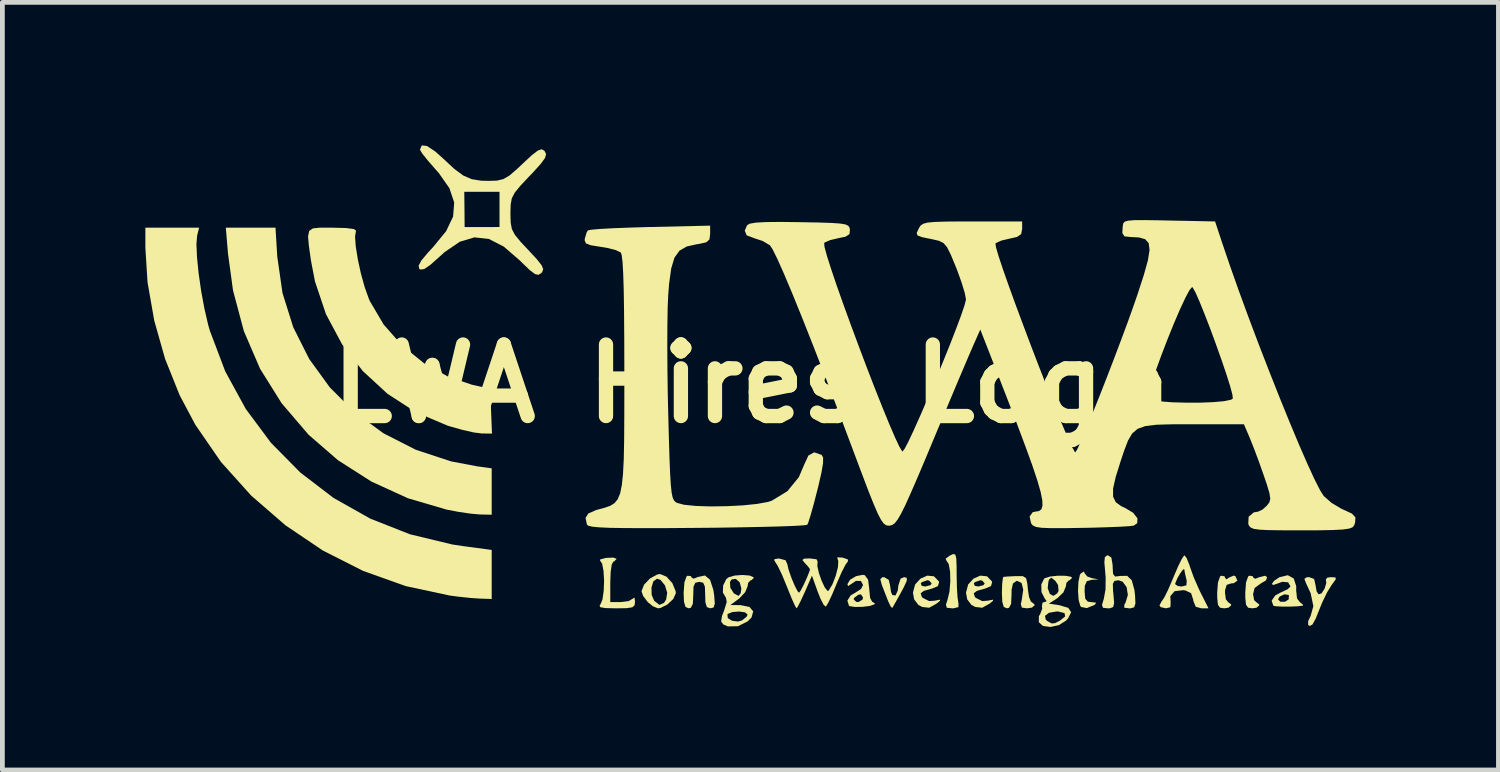
<source format=kicad_pcb>
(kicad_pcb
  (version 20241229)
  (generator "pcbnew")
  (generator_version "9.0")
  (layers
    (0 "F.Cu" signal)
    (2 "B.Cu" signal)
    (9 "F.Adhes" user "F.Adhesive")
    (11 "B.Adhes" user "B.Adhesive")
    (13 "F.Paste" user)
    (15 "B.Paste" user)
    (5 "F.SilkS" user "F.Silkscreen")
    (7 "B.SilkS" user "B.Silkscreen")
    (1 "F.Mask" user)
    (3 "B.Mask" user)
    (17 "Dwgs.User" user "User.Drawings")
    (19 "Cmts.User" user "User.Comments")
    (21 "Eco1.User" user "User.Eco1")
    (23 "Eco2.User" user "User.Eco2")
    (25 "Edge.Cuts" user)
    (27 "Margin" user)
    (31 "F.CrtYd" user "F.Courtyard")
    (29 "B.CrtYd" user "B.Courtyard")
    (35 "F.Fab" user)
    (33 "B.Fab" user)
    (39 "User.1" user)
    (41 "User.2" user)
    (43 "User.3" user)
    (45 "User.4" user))
  (footprint "LWA Hires Logo"
    (layer "F.Cu")
    (at 12.7 5)
    (property "Reference" "LWA Hires Logo" (at 0 0 0) (layer "F.SilkS") (effects (font (size 1.5 1.5) (thickness 0.3))))
    (attr board_only exclude_from_pos_files exclude_from_bom)
    (fp_poly (pts (xy 4.292 3.584) (xy 4.313 3.662) (xy 4.32 3.831) (xy 4.321 4.018) (xy 4.326 4.271) (xy 4.339 4.48) (xy 4.358 4.604) (xy 4.36 4.61) (xy 4.358 4.688) (xy 4.253 4.713) (xy 4.231 4.713) (xy 4.114 4.701) (xy 4.096 4.636) (xy 4.126 4.545) (xy 4.17 4.365) (xy 4.188 4.15) (xy 4.183 3.942) (xy 4.154 3.783) (xy 4.108 3.715) (xy 4.09 3.671) (xy 4.173 3.609) (xy 4.248 3.574)) (stroke (width 0) (type solid)) (fill yes) (layer "F.SilkS"))
    (fp_poly (pts (xy 3.275 4.074) (xy 3.274 4.137) (xy 3.211 4.273) (xy 3.159 4.37) (xy 3.061 4.547) (xy 2.991 4.671) (xy 2.969 4.706) (xy 2.935 4.672) (xy 2.882 4.559) (xy 2.805 4.361) (xy 2.751 4.222) (xy 2.719 4.103) (xy 2.761 4.061) (xy 2.8 4.059) (xy 2.896 4.115) (xy 2.923 4.227) (xy 2.944 4.368) (xy 2.972 4.434) (xy 3.038 4.443) (xy 3.085 4.341) (xy 3.1 4.227) (xy 3.145 4.09) (xy 3.219 4.059)) (stroke (width 0) (type solid)) (fill yes) (layer "F.SilkS"))
    (fp_poly (pts (xy 7.005 3.976) (xy 7.06 4.044) (xy 7.152 4.078) (xy 7.299 4.106) (xy 7.152 4.115) (xy 7.051 4.144) (xy 7.01 4.238) (xy 7.005 4.353) (xy 7.018 4.51) (xy 7.074 4.574) (xy 7.152 4.583) (xy 7.248 4.594) (xy 7.224 4.632) (xy 7.201 4.648) (xy 7.048 4.708) (xy 6.934 4.685) (xy 6.916 4.664) (xy 6.88 4.537) (xy 6.867 4.349) (xy 6.876 4.156) (xy 6.906 4.013) (xy 6.925 3.981) (xy 6.992 3.939)) (stroke (width 0) (type solid)) (fill yes) (layer "F.SilkS"))
    (fp_poly (pts (xy 10.834 4.059) (xy 10.812 4.126) (xy 10.707 4.188) (xy 10.572 4.286) (xy 10.54 4.417) (xy 10.562 4.541) (xy 10.605 4.582) (xy 10.669 4.632) (xy 10.671 4.648) (xy 10.615 4.699) (xy 10.523 4.713) (xy 10.436 4.7) (xy 10.392 4.638) (xy 10.377 4.494) (xy 10.376 4.387) (xy 10.392 4.169) (xy 10.437 4.045) (xy 10.458 4.029) (xy 10.532 4.038) (xy 10.54 4.063) (xy 10.585 4.094) (xy 10.667 4.061) (xy 10.794 4.029)) (stroke (width 0) (type solid)) (fill yes) (layer "F.SilkS"))
    (fp_poly (pts (xy 10.169 4.038) (xy 10.211 4.131) (xy 10.137 4.185) (xy 10.081 4.19) (xy 9.986 4.221) (xy 9.952 4.335) (xy 9.951 4.386) (xy 9.969 4.524) (xy 10.015 4.582) (xy 10.016 4.582) (xy 10.08 4.632) (xy 10.081 4.648) (xy 10.026 4.699) (xy 9.934 4.713) (xy 9.846 4.7) (xy 9.803 4.638) (xy 9.788 4.494) (xy 9.787 4.387) (xy 9.803 4.169) (xy 9.848 4.045) (xy 9.869 4.029) (xy 9.942 4.041) (xy 9.951 4.069) (xy 9.979 4.105) (xy 10.038 4.067) (xy 10.134 4.026)) (stroke (width 0) (type solid)) (fill yes) (layer "F.SilkS"))
    (fp_poly (pts (xy -9.933 -2.668) (xy -9.823 -1.902) (xy -9.597 -1.183) (xy -9.263 -0.519) (xy -8.83 0.078) (xy -8.308 0.601) (xy -7.704 1.041) (xy -7.027 1.386) (xy -6.287 1.63) (xy -5.744 1.733) (xy -5.434 1.776) (xy -5.434 2.263) (xy -5.434 2.749) (xy -5.679 2.744) (xy -5.871 2.727) (xy -6.132 2.689) (xy -6.382 2.641) (xy -7.188 2.405) (xy -7.955 2.055) (xy -8.66 1.605) (xy -9.273 1.074) (xy -9.84 0.412) (xy -10.293 -0.312) (xy -10.633 -1.101) (xy -10.861 -1.956) (xy -10.967 -2.733) (xy -11.012 -3.273) (xy -10.491 -3.273) (xy -9.97 -3.273)) (stroke (width 0) (type solid)) (fill yes) (layer "F.SilkS"))
    (fp_poly (pts (xy -0.854 4.112) (xy -0.784 4.323) (xy -0.767 4.435) (xy -0.753 4.612) (xy -0.777 4.694) (xy -0.847 4.713) (xy -0.92 4.687) (xy -0.951 4.587) (xy -0.955 4.435) (xy -0.961 4.258) (xy -0.997 4.176) (xy -1.08 4.157) (xy -1.163 4.177) (xy -1.2 4.258) (xy -1.205 4.435) (xy -1.214 4.619) (xy -1.256 4.701) (xy -1.304 4.713) (xy -1.368 4.683) (xy -1.4 4.575) (xy -1.407 4.387) (xy -1.391 4.169) (xy -1.347 4.045) (xy -1.326 4.029) (xy -1.252 4.038) (xy -1.244 4.063) (xy -1.197 4.091) (xy -1.105 4.055) (xy -0.96 4.024)) (stroke (width 0) (type solid)) (fill yes) (layer "F.SilkS"))
    (fp_poly (pts (xy 12.27 4.065) (xy 12.274 4.105) (xy 12.195 4.214) (xy 12.192 4.218) (xy 12.094 4.375) (xy 11.99 4.591) (xy 11.949 4.692) (xy 11.855 4.927) (xy 11.786 5.052) (xy 11.73 5.083) (xy 11.697 5.063) (xy 11.695 4.982) (xy 11.748 4.872) (xy 11.805 4.667) (xy 11.748 4.396) (xy 11.657 4.199) (xy 11.616 4.095) (xy 11.666 4.061) (xy 11.716 4.059) (xy 11.821 4.097) (xy 11.849 4.219) (xy 11.873 4.357) (xy 11.915 4.419) (xy 11.978 4.398) (xy 12.04 4.301) (xy 12.076 4.183) (xy 12.067 4.108) (xy 12.097 4.069) (xy 12.177 4.059)) (stroke (width 0) (type solid)) (fill yes) (layer "F.SilkS"))
    (fp_poly (pts (xy -1.766 4.049) (xy -1.644 4.185) (xy -1.575 4.351) (xy -1.571 4.397) (xy -1.625 4.517) (xy -1.751 4.635) (xy -1.898 4.707) (xy -1.946 4.713) (xy -2.05 4.671) (xy -2.16 4.582) (xy -2.257 4.453) (xy -2.291 4.353) (xy -2.261 4.277) (xy -2.082 4.277) (xy -2.078 4.431) (xy -2.026 4.554) (xy -1.915 4.641) (xy -1.82 4.599) (xy -1.774 4.529) (xy -1.752 4.386) (xy -1.799 4.231) (xy -1.892 4.117) (xy -1.966 4.091) (xy -2.042 4.147) (xy -2.082 4.277) (xy -2.261 4.277) (xy -2.238 4.217) (xy -2.11 4.084) (xy -1.958 4.002) (xy -1.902 3.993)) (stroke (width 0) (type solid)) (fill yes) (layer "F.SilkS"))
    (fp_poly (pts (xy -2.816 3.673) (xy -2.815 3.677) (xy -2.865 3.73) (xy -2.88 3.731) (xy -2.915 3.792) (xy -2.938 3.951) (xy -2.946 4.157) (xy -2.946 4.582) (xy -2.722 4.582) (xy -2.562 4.561) (xy -2.469 4.508) (xy -2.466 4.501) (xy -2.439 4.489) (xy -2.427 4.566) (xy -2.435 4.647) (xy -2.483 4.691) (xy -2.603 4.71) (xy -2.823 4.713) (xy -2.828 4.713) (xy -3.049 4.708) (xy -3.157 4.689) (xy -3.17 4.652) (xy -3.155 4.635) (xy -3.11 4.528) (xy -3.084 4.346) (xy -3.076 4.132) (xy -3.088 3.927) (xy -3.118 3.773) (xy -3.159 3.715) (xy -3.16 3.688) (xy -3.057 3.66) (xy -3.028 3.655) (xy -2.884 3.648)) (stroke (width 0) (type solid)) (fill yes) (layer "F.SilkS"))
    (fp_poly (pts (xy 3.845 4.041) (xy 3.946 4.145) (xy 3.953 4.161) (xy 3.928 4.247) (xy 3.811 4.296) (xy 3.633 4.347) (xy 3.566 4.398) (xy 3.589 4.469) (xy 3.609 4.494) (xy 3.745 4.561) (xy 3.858 4.553) (xy 3.972 4.531) (xy 3.97 4.556) (xy 3.899 4.614) (xy 3.744 4.701) (xy 3.599 4.684) (xy 3.519 4.643) (xy 3.429 4.524) (xy 3.404 4.384) (xy 3.449 4.213) (xy 3.47 4.19) (xy 3.568 4.19) (xy 3.588 4.241) (xy 3.662 4.255) (xy 3.771 4.228) (xy 3.797 4.19) (xy 3.744 4.131) (xy 3.703 4.124) (xy 3.591 4.164) (xy 3.568 4.19) (xy 3.47 4.19) (xy 3.561 4.09) (xy 3.705 4.027)) (stroke (width 0) (type solid)) (fill yes) (layer "F.SilkS"))
    (fp_poly (pts (xy 4.958 4.041) (xy 5.059 4.145) (xy 5.066 4.161) (xy 5.041 4.247) (xy 4.924 4.296) (xy 4.746 4.347) (xy 4.679 4.398) (xy 4.702 4.469) (xy 4.722 4.494) (xy 4.858 4.561) (xy 4.97 4.553) (xy 5.085 4.531) (xy 5.083 4.556) (xy 5.012 4.614) (xy 4.857 4.701) (xy 4.712 4.684) (xy 4.632 4.643) (xy 4.542 4.524) (xy 4.517 4.384) (xy 4.562 4.213) (xy 4.583 4.19) (xy 4.681 4.19) (xy 4.701 4.241) (xy 4.775 4.255) (xy 4.883 4.228) (xy 4.91 4.19) (xy 4.857 4.131) (xy 4.815 4.124) (xy 4.704 4.164) (xy 4.681 4.19) (xy 4.583 4.19) (xy 4.674 4.09) (xy 4.817 4.027)) (stroke (width 0) (type solid)) (fill yes) (layer "F.SilkS"))
    (fp_poly (pts (xy 5.709 4.037) (xy 5.778 4.081) (xy 5.805 4.202) (xy 5.814 4.304) (xy 5.839 4.474) (xy 5.879 4.573) (xy 5.896 4.582) (xy 5.955 4.632) (xy 5.957 4.648) (xy 5.901 4.698) (xy 5.798 4.713) (xy 5.689 4.698) (xy 5.667 4.626) (xy 5.687 4.533) (xy 5.718 4.321) (xy 5.683 4.182) (xy 5.591 4.137) (xy 5.575 4.139) (xy 5.502 4.191) (xy 5.473 4.326) (xy 5.472 4.437) (xy 5.463 4.62) (xy 5.42 4.702) (xy 5.374 4.713) (xy 5.309 4.683) (xy 5.278 4.575) (xy 5.27 4.386) (xy 5.276 4.198) (xy 5.291 4.077) (xy 5.303 4.053) (xy 5.384 4.046) (xy 5.54 4.038) (xy 5.564 4.037)) (stroke (width 0) (type solid)) (fill yes) (layer "F.SilkS"))
    (fp_poly (pts (xy 11.393 4.087) (xy 11.446 4.251) (xy 11.444 4.334) (xy 11.462 4.505) (xy 11.522 4.584) (xy 11.589 4.64) (xy 11.587 4.656) (xy 11.481 4.67) (xy 11.313 4.677) (xy 11.137 4.676) (xy 11.004 4.668) (xy 10.964 4.657) (xy 10.93 4.552) (xy 10.949 4.524) (xy 11.063 4.524) (xy 11.112 4.575) (xy 11.211 4.575) (xy 11.287 4.526) (xy 11.292 4.442) (xy 11.284 4.432) (xy 11.197 4.419) (xy 11.098 4.466) (xy 11.063 4.524) (xy 10.949 4.524) (xy 11.004 4.444) (xy 11.129 4.376) (xy 11.265 4.313) (xy 11.325 4.255) (xy 11.325 4.253) (xy 11.275 4.167) (xy 11.154 4.156) (xy 11.065 4.189) (xy 10.964 4.223) (xy 10.932 4.203) (xy 10.984 4.134) (xy 11.094 4.06) (xy 11.268 4.018)) (stroke (width 0) (type solid)) (fill yes) (layer "F.SilkS"))
    (fp_poly (pts (xy -8.801 -3.273) (xy -8.768 -3.273) (xy -8.494 -3.266) (xy -8.327 -3.245) (xy -8.279 -3.211) (xy -8.281 -3.208) (xy -8.301 -3.088) (xy -8.286 -2.877) (xy -8.242 -2.607) (xy -8.178 -2.311) (xy -8.098 -2.023) (xy -8.009 -1.775) (xy -7.99 -1.732) (xy -7.702 -1.243) (xy -7.314 -0.801) (xy -6.851 -0.427) (xy -6.339 -0.143) (xy -5.85 0.021) (xy -5.466 0.108) (xy -5.447 0.578) (xy -5.428 1.047) (xy -5.643 1.044) (xy -5.81 1.023) (xy -6.052 0.968) (xy -6.321 0.892) (xy -6.358 0.881) (xy -7.021 0.6) (xy -7.618 0.214) (xy -8.139 -0.266) (xy -8.574 -0.828) (xy -8.911 -1.458) (xy -9.142 -2.146) (xy -9.225 -2.578) (xy -9.269 -2.887) (xy -9.287 -3.088) (xy -9.264 -3.204) (xy -9.186 -3.258) (xy -9.036 -3.274)) (stroke (width 0) (type solid)) (fill yes) (layer "F.SilkS"))
    (fp_poly (pts (xy 2.395 4.019) (xy 2.463 4.112) (xy 2.488 4.311) (xy 2.488 4.319) (xy 2.505 4.495) (xy 2.551 4.579) (xy 2.564 4.582) (xy 2.606 4.611) (xy 2.593 4.63) (xy 2.501 4.663) (xy 2.343 4.682) (xy 2.18 4.684) (xy 2.072 4.666) (xy 2.062 4.659) (xy 2.028 4.551) (xy 2.045 4.524) (xy 2.16 4.524) (xy 2.213 4.576) (xy 2.259 4.582) (xy 2.345 4.531) (xy 2.357 4.486) (xy 2.313 4.42) (xy 2.259 4.428) (xy 2.172 4.492) (xy 2.16 4.524) (xy 2.045 4.524) (xy 2.098 4.441) (xy 2.193 4.386) (xy 2.315 4.306) (xy 2.357 4.224) (xy 2.312 4.139) (xy 2.208 4.137) (xy 2.108 4.203) (xy 2.043 4.247) (xy 2.029 4.205) (xy 2.085 4.113) (xy 2.211 4.038) (xy 2.35 4.01)) (stroke (width 0) (type solid)) (fill yes) (layer "F.SilkS"))
    (fp_poly (pts (xy -11.613 -3.112) (xy -11.629 -2.932) (xy -11.617 -2.656) (xy -11.583 -2.318) (xy -11.53 -1.947) (xy -11.462 -1.578) (xy -11.384 -1.241) (xy -11.348 -1.114) (xy -11.024 -0.258) (xy -10.594 0.529) (xy -10.066 1.239) (xy -9.449 1.864) (xy -8.752 2.397) (xy -7.982 2.831) (xy -7.15 3.159) (xy -6.262 3.373) (xy -6.039 3.407) (xy -5.434 3.488) (xy -5.434 4.003) (xy -5.434 4.517) (xy -5.679 4.509) (xy -5.884 4.495) (xy -6.147 4.467) (xy -6.317 4.444) (xy -7.241 4.246) (xy -8.132 3.928) (xy -8.977 3.5) (xy -9.764 2.969) (xy -10.481 2.347) (xy -11.114 1.642) (xy -11.651 0.863) (xy -11.98 0.244) (xy -12.286 -0.519) (xy -12.514 -1.324) (xy -12.655 -2.13) (xy -12.7 -2.852) (xy -12.7 -3.273) (xy -12.136 -3.273) (xy -11.573 -3.273)) (stroke (width 0) (type solid)) (fill yes) (layer "F.SilkS"))
    (fp_poly (pts (xy 7.567 3.648) (xy 7.593 3.801) (xy 7.594 3.837) (xy 7.602 3.991) (xy 7.645 4.046) (xy 7.746 4.035) (xy 7.75 4.034) (xy 7.898 4.031) (xy 7.994 4.123) (xy 8.05 4.324) (xy 8.063 4.435) (xy 8.072 4.61) (xy 8.046 4.691) (xy 7.969 4.713) (xy 7.939 4.713) (xy 7.835 4.699) (xy 7.841 4.633) (xy 7.865 4.592) (xy 7.913 4.431) (xy 7.887 4.268) (xy 7.802 4.153) (xy 7.715 4.124) (xy 7.631 4.138) (xy 7.598 4.2) (xy 7.602 4.346) (xy 7.61 4.419) (xy 7.625 4.6) (xy 7.605 4.686) (xy 7.538 4.712) (xy 7.491 4.713) (xy 7.391 4.702) (xy 7.37 4.643) (xy 7.409 4.511) (xy 7.444 4.317) (xy 7.447 4.064) (xy 7.438 3.955) (xy 7.42 3.747) (xy 7.431 3.638) (xy 7.477 3.602) (xy 7.495 3.601)) (stroke (width 0) (type solid)) (fill yes) (layer "F.SilkS"))
    (fp_poly (pts (xy 9.145 3.657) (xy 9.202 3.797) (xy 9.218 3.848) (xy 9.294 4.059) (xy 9.401 4.305) (xy 9.449 4.404) (xy 9.605 4.713) (xy 9.455 4.713) (xy 9.337 4.68) (xy 9.287 4.558) (xy 9.284 4.533) (xy 9.24 4.396) (xy 9.122 4.339) (xy 9.074 4.332) (xy 8.894 4.353) (xy 8.804 4.457) (xy 8.811 4.599) (xy 8.805 4.69) (xy 8.711 4.713) (xy 8.602 4.688) (xy 8.576 4.652) (xy 8.623 4.562) (xy 8.629 4.557) (xy 8.678 4.484) (xy 8.758 4.322) (xy 8.808 4.206) (xy 8.905 4.206) (xy 8.959 4.245) (xy 9.042 4.255) (xy 9.141 4.231) (xy 9.148 4.135) (xy 9.141 4.108) (xy 9.108 3.964) (xy 9.098 3.895) (xy 9.071 3.898) (xy 9.013 3.976) (xy 8.95 4.085) (xy 8.91 4.183) (xy 8.905 4.206) (xy 8.808 4.206) (xy 8.853 4.102) (xy 8.869 4.062) (xy 8.963 3.842) (xy 9.043 3.679) (xy 9.094 3.603) (xy 9.1 3.601)) (stroke (width 0) (type solid)) (fill yes) (layer "F.SilkS"))
    (fp_poly (pts (xy -0.023 4.025) (xy 0.06 4.061) (xy 0.065 4.075) (xy 0.015 4.123) (xy 0 4.124) (xy -0.054 4.179) (xy -0.065 4.25) (xy -0.115 4.373) (xy -0.235 4.501) (xy -0.245 4.509) (xy -0.426 4.644) (xy -0.211 4.646) (xy -0.026 4.684) (xy 0.053 4.777) (xy 0.017 4.905) (xy -0.062 4.985) (xy -0.268 5.089) (xy -0.479 5.092) (xy -0.574 5.051) (xy -0.62 4.99) (xy -0.603 4.877) (xy -0.589 4.84) (xy -0.488 4.84) (xy -0.481 4.918) (xy -0.391 4.974) (xy -0.265 4.99) (xy -0.182 4.967) (xy -0.086 4.889) (xy -0.065 4.842) (xy -0.12 4.797) (xy -0.245 4.78) (xy -0.384 4.791) (xy -0.48 4.83) (xy -0.488 4.84) (xy -0.589 4.84) (xy -0.559 4.761) (xy -0.503 4.581) (xy -0.52 4.487) (xy -0.524 4.484) (xy -0.584 4.381) (xy -0.578 4.233) (xy -0.541 4.159) (xy -0.435 4.159) (xy -0.428 4.281) (xy -0.353 4.4) (xy -0.254 4.452) (xy -0.21 4.396) (xy -0.196 4.295) (xy -0.232 4.166) (xy -0.313 4.095) (xy -0.399 4.106) (xy -0.435 4.159) (xy -0.541 4.159) (xy -0.513 4.101) (xy -0.466 4.063) (xy -0.336 4.025) (xy -0.172 4.013)) (stroke (width 0) (type solid)) (fill yes) (layer "F.SilkS"))
    (fp_poly (pts (xy 6.604 4.03) (xy 6.718 4.05) (xy 6.743 4.073) (xy 6.693 4.123) (xy 6.677 4.124) (xy 6.624 4.179) (xy 6.612 4.254) (xy 6.561 4.378) (xy 6.437 4.497) (xy 6.434 4.499) (xy 6.256 4.615) (xy 6.478 4.648) (xy 6.663 4.703) (xy 6.723 4.795) (xy 6.657 4.926) (xy 6.616 4.971) (xy 6.464 5.066) (xy 6.287 5.104) (xy 6.13 5.082) (xy 6.045 5.004) (xy 6.046 4.877) (xy 6.05 4.871) (xy 6.174 4.871) (xy 6.191 4.952) (xy 6.227 4.982) (xy 6.314 5.03) (xy 6.385 5.024) (xy 6.485 4.973) (xy 6.597 4.883) (xy 6.584 4.813) (xy 6.452 4.78) (xy 6.419 4.779) (xy 6.258 4.806) (xy 6.174 4.871) (xy 6.05 4.871) (xy 6.074 4.832) (xy 6.117 4.717) (xy 6.109 4.673) (xy 6.122 4.594) (xy 6.16 4.582) (xy 6.211 4.564) (xy 6.167 4.504) (xy 6.1 4.371) (xy 6.099 4.291) (xy 6.231 4.291) (xy 6.276 4.411) (xy 6.35 4.452) (xy 6.431 4.399) (xy 6.459 4.348) (xy 6.449 4.225) (xy 6.394 4.14) (xy 6.31 4.071) (xy 6.265 4.102) (xy 6.247 4.145) (xy 6.231 4.291) (xy 6.099 4.291) (xy 6.097 4.211) (xy 6.156 4.091) (xy 6.17 4.081) (xy 6.281 4.046) (xy 6.442 4.029)) (stroke (width 0) (type solid)) (fill yes) (layer "F.SilkS"))
    (fp_poly (pts (xy 1.929 3.649) (xy 1.932 3.65) (xy 2.037 3.686) (xy 2.042 3.724) (xy 1.987 3.801) (xy 1.903 3.966) (xy 1.808 4.185) (xy 1.799 4.207) (xy 1.707 4.427) (xy 1.628 4.594) (xy 1.578 4.676) (xy 1.576 4.678) (xy 1.53 4.638) (xy 1.462 4.506) (xy 1.407 4.367) (xy 1.285 4.028) (xy 1.135 4.371) (xy 1.05 4.556) (xy 0.986 4.68) (xy 0.961 4.713) (xy 0.928 4.657) (xy 0.861 4.508) (xy 0.774 4.295) (xy 0.752 4.239) (xy 0.656 4.007) (xy 0.567 3.823) (xy 0.504 3.723) (xy 0.497 3.716) (xy 0.497 3.681) (xy 0.592 3.667) (xy 0.731 3.704) (xy 0.767 3.781) (xy 0.795 3.903) (xy 0.853 4.07) (xy 0.922 4.235) (xy 0.984 4.354) (xy 1.015 4.386) (xy 1.052 4.334) (xy 1.117 4.208) (xy 1.184 4.059) (xy 1.233 3.936) (xy 1.244 3.892) (xy 1.204 3.836) (xy 1.141 3.769) (xy 1.084 3.698) (xy 1.122 3.67) (xy 1.243 3.666) (xy 1.382 3.684) (xy 1.405 3.735) (xy 1.404 3.736) (xy 1.398 3.827) (xy 1.431 3.973) (xy 1.488 4.134) (xy 1.552 4.272) (xy 1.61 4.345) (xy 1.634 4.343) (xy 1.714 4.211) (xy 1.784 4.031) (xy 1.83 3.851) (xy 1.838 3.717) (xy 1.824 3.683) (xy 1.817 3.642)) (stroke (width 0) (type solid)) (fill yes) (layer "F.SilkS"))
    (fp_poly (pts (xy -6.793 -4.987) (xy -6.622 -4.875) (xy -6.458 -4.729) (xy -6.219 -4.507) (xy -6.03 -4.367) (xy -5.854 -4.291) (xy -5.656 -4.259) (xy -5.498 -4.255) (xy -5.323 -4.261) (xy -5.191 -4.292) (xy -5.063 -4.366) (xy -4.903 -4.503) (xy -4.783 -4.617) (xy -4.591 -4.795) (xy -4.466 -4.891) (xy -4.388 -4.919) (xy -4.333 -4.89) (xy -4.321 -4.877) (xy -4.293 -4.815) (xy -4.316 -4.734) (xy -4.405 -4.612) (xy -4.571 -4.428) (xy -4.639 -4.358) (xy -4.831 -4.154) (xy -4.949 -4.01) (xy -5.012 -3.889) (xy -5.036 -3.758) (xy -5.041 -3.581) (xy -5.041 -3.569) (xy -5.036 -3.381) (xy -5.011 -3.245) (xy -4.946 -3.121) (xy -4.824 -2.973) (xy -4.669 -2.808) (xy -4.487 -2.612) (xy -4.386 -2.484) (xy -4.353 -2.401) (xy -4.376 -2.341) (xy -4.393 -2.322) (xy -4.452 -2.284) (xy -4.524 -2.299) (xy -4.633 -2.381) (xy -4.802 -2.543) (xy -4.847 -2.588) (xy -5.179 -2.875) (xy -5.492 -3.036) (xy -5.796 -3.07) (xy -6.102 -2.979) (xy -6.42 -2.762) (xy -6.524 -2.668) (xy -6.722 -2.492) (xy -6.852 -2.404) (xy -6.933 -2.395) (xy -6.953 -2.409) (xy -6.968 -2.474) (xy -6.91 -2.584) (xy -6.768 -2.754) (xy -6.661 -2.869) (xy -6.39 -3.2) (xy -6.244 -3.506) (xy -6.221 -3.802) (xy -6.296 -4.026) (xy -6.009 -4.026) (xy -6.005 -3.656) (xy -6.002 -3.286) (xy -5.636 -3.286) (xy -5.27 -3.287) (xy -5.27 -3.656) (xy -5.27 -4.026) (xy -5.639 -4.026) (xy -6.009 -4.026) (xy -6.296 -4.026) (xy -6.321 -4.101) (xy -6.544 -4.42) (xy -6.612 -4.496) (xy -6.77 -4.677) (xy -6.887 -4.823) (xy -6.938 -4.906) (xy -6.939 -4.911) (xy -6.901 -5)) (stroke (width 0) (type solid)) (fill yes) (layer "F.SilkS"))
    (fp_poly (pts (xy -0.851 -3.139) (xy -0.866 -3.026) (xy -0.933 -2.966) (xy -1.089 -2.931) (xy -1.129 -2.926) (xy -1.34 -2.879) (xy -1.493 -2.792) (xy -1.599 -2.645) (xy -1.668 -2.417) (xy -1.713 -2.09) (xy -1.73 -1.863) (xy -1.742 -1.602) (xy -1.748 -1.237) (xy -1.75 -0.794) (xy -1.747 -0.301) (xy -1.74 0.216) (xy -1.73 0.635) (xy -1.716 1.166) (xy -1.703 1.582) (xy -1.69 1.897) (xy -1.676 2.125) (xy -1.659 2.284) (xy -1.638 2.386) (xy -1.611 2.447) (xy -1.576 2.483) (xy -1.548 2.5) (xy -1.398 2.54) (xy -1.152 2.565) (xy -0.842 2.575) (xy -0.502 2.57) (xy -0.165 2.553) (xy 0.136 2.522) (xy 0.366 2.48) (xy 0.442 2.455) (xy 0.77 2.255) (xy 1.01 1.961) (xy 1.122 1.699) (xy 1.211 1.507) (xy 1.332 1.44) (xy 1.488 1.494) (xy 1.519 1.548) (xy 1.518 1.666) (xy 1.484 1.867) (xy 1.414 2.171) (xy 1.399 2.229) (xy 1.326 2.513) (xy 1.26 2.749) (xy 1.21 2.907) (xy 1.187 2.96) (xy 1.113 2.971) (xy 0.925 2.983) (xy 0.635 2.994) (xy 0.261 3.004) (xy -0.184 3.013) (xy -0.683 3.021) (xy -1.129 3.025) (xy -1.754 3.03) (xy -2.26 3.031) (xy -2.657 3.029) (xy -2.959 3.024) (xy -3.176 3.014) (xy -3.32 3) (xy -3.403 2.982) (xy -3.436 2.958) (xy -3.436 2.957) (xy -3.465 2.816) (xy -3.407 2.723) (xy -3.242 2.651) (xy -3.177 2.633) (xy -3.048 2.598) (xy -2.943 2.56) (xy -2.857 2.506) (xy -2.791 2.425) (xy -2.74 2.304) (xy -2.704 2.13) (xy -2.679 1.893) (xy -2.663 1.578) (xy -2.655 1.174) (xy -2.652 0.669) (xy -2.651 0.051) (xy -2.651 -0.239) (xy -2.653 -0.937) (xy -2.657 -1.51) (xy -2.664 -1.965) (xy -2.675 -2.311) (xy -2.689 -2.553) (xy -2.707 -2.699) (xy -2.726 -2.753) (xy -2.831 -2.803) (xy -3.016 -2.85) (xy -3.152 -2.872) (xy -3.355 -2.904) (xy -3.457 -2.944) (xy -3.484 -3.008) (xy -3.48 -3.045) (xy -3.442 -3.173) (xy -3.415 -3.217) (xy -3.339 -3.231) (xy -3.153 -3.247) (xy -2.877 -3.262) (xy -2.534 -3.275) (xy -2.143 -3.287) (xy -2.111 -3.287) (xy -0.851 -3.316)) (stroke (width 0) (type solid)) (fill yes) (layer "F.SilkS"))
    (fp_poly (pts (xy 8.56 -3.428) (xy 8.969 -3.419) (xy 9.061 -3.418) (xy 9.743 -3.404) (xy 9.889 -2.962) (xy 10.054 -2.478) (xy 10.241 -1.949) (xy 10.445 -1.393) (xy 10.66 -0.823) (xy 10.88 -0.256) (xy 11.098 0.294) (xy 11.308 0.81) (xy 11.504 1.279) (xy 11.681 1.684) (xy 11.831 2.01) (xy 11.949 2.241) (xy 12.023 2.357) (xy 12.187 2.501) (xy 12.396 2.625) (xy 12.438 2.644) (xy 12.615 2.726) (xy 12.688 2.806) (xy 12.68 2.916) (xy 12.66 2.973) (xy 12.629 3.012) (xy 12.557 3.04) (xy 12.426 3.059) (xy 12.218 3.07) (xy 11.913 3.076) (xy 11.552 3.077) (xy 11.155 3.076) (xy 10.87 3.072) (xy 10.677 3.063) (xy 10.556 3.046) (xy 10.489 3.018) (xy 10.454 2.978) (xy 10.439 2.938) (xy 10.447 2.791) (xy 10.557 2.699) (xy 10.644 2.685) (xy 10.739 2.64) (xy 10.828 2.56) (xy 10.881 2.491) (xy 10.901 2.414) (xy 10.884 2.299) (xy 10.829 2.113) (xy 10.763 1.921) (xy 10.663 1.637) (xy 10.56 1.362) (xy 10.476 1.15) (xy 10.467 1.129) (xy 10.348 0.851) (xy 9.265 0.851) (xy 8.834 0.852) (xy 8.512 0.861) (xy 8.281 0.889) (xy 8.118 0.947) (xy 8.003 1.045) (xy 7.916 1.194) (xy 7.836 1.403) (xy 7.766 1.612) (xy 7.658 1.956) (xy 7.603 2.201) (xy 7.603 2.37) (xy 7.659 2.486) (xy 7.774 2.57) (xy 7.855 2.607) (xy 8.025 2.709) (xy 8.114 2.824) (xy 8.11 2.926) (xy 8.036 2.978) (xy 7.944 2.989) (xy 7.747 3.001) (xy 7.469 3.012) (xy 7.134 3.022) (xy 6.949 3.025) (xy 6.563 3.031) (xy 6.287 3.031) (xy 6.101 3.023) (xy 5.986 3.005) (xy 5.92 2.975) (xy 5.884 2.931) (xy 5.882 2.928) (xy 5.852 2.786) (xy 5.916 2.697) (xy 5.977 2.683) (xy 6.049 2.672) (xy 6.098 2.635) (xy 6.122 2.561) (xy 6.117 2.442) (xy 6.082 2.268) (xy 6.013 2.028) (xy 5.908 1.713) (xy 5.763 1.314) (xy 5.578 0.82) (xy 5.347 0.223) (xy 5.135 -0.322) (xy 4.817 -1.136) (xy 4.66 -0.781) (xy 4.588 -0.615) (xy 4.476 -0.352) (xy 4.333 -0.015) (xy 4.17 0.373) (xy 3.996 0.789) (xy 3.928 0.949) (xy 3.699 1.498) (xy 3.513 1.938) (xy 3.364 2.281) (xy 3.248 2.54) (xy 3.156 2.725) (xy 3.084 2.849) (xy 3.025 2.925) (xy 2.973 2.963) (xy 2.922 2.977) (xy 2.89 2.979) (xy 2.84 2.97) (xy 2.79 2.933) (xy 2.734 2.856) (xy 2.665 2.723) (xy 2.578 2.521) (xy 2.464 2.235) (xy 2.319 1.853) (xy 2.164 1.44) (xy 1.862 0.636) (xy 1.58 -0.105) (xy 1.319 -0.777) (xy 1.084 -1.371) (xy 0.878 -1.879) (xy 0.703 -2.295) (xy 0.563 -2.61) (xy 0.461 -2.816) (xy 0.404 -2.903) (xy 0.254 -2.993) (xy 0.078 -3.051) (xy -0.084 -3.112) (xy -0.125 -3.21) (xy -0.076 -3.324) (xy -0.021 -3.357) (xy 0.106 -3.379) (xy 0.318 -3.391) (xy 0.633 -3.394) (xy 1.02 -3.389) (xy 1.41 -3.382) (xy 1.689 -3.373) (xy 1.876 -3.36) (xy 1.99 -3.341) (xy 2.05 -3.311) (xy 2.075 -3.269) (xy 2.082 -3.233) (xy 2.073 -3.139) (xy 1.992 -3.085) (xy 1.84 -3.053) (xy 1.666 -3.012) (xy 1.554 -2.963) (xy 1.541 -2.95) (xy 1.549 -2.867) (xy 1.6 -2.68) (xy 1.687 -2.407) (xy 1.803 -2.063) (xy 1.943 -1.668) (xy 2.1 -1.236) (xy 2.267 -0.787) (xy 2.437 -0.337) (xy 2.605 0.097) (xy 2.764 0.497) (xy 2.907 0.846) (xy 3.028 1.127) (xy 3.12 1.323) (xy 3.177 1.417) (xy 3.185 1.422) (xy 3.227 1.37) (xy 3.308 1.216) (xy 3.42 0.978) (xy 3.555 0.676) (xy 3.706 0.328) (xy 3.864 -0.045) (xy 4.021 -0.426) (xy 4.17 -0.794) (xy 4.301 -1.13) (xy 4.408 -1.416) (xy 4.482 -1.631) (xy 4.515 -1.757) (xy 4.516 -1.77) (xy 4.491 -1.904) (xy 4.426 -2.118) (xy 4.335 -2.373) (xy 4.303 -2.453) (xy 4.199 -2.705) (xy 4.12 -2.863) (xy 4.045 -2.951) (xy 3.949 -2.998) (xy 3.81 -3.03) (xy 3.797 -3.033) (xy 3.596 -3.074) (xy 3.499 -3.111) (xy 3.483 -3.163) (xy 3.525 -3.254) (xy 3.532 -3.268) (xy 3.566 -3.319) (xy 3.619 -3.355) (xy 3.71 -3.38) (xy 3.861 -3.394) (xy 4.09 -3.401) (xy 4.42 -3.404) (xy 4.65 -3.404) (xy 5.695 -3.404) (xy 5.695 -3.246) (xy 5.675 -3.139) (xy 5.589 -3.079) (xy 5.434 -3.044) (xy 5.26 -3.003) (xy 5.149 -2.953) (xy 5.135 -2.94) (xy 5.146 -2.862) (xy 5.199 -2.681) (xy 5.288 -2.412) (xy 5.407 -2.074) (xy 5.548 -1.684) (xy 5.707 -1.257) (xy 5.875 -0.811) (xy 6.047 -0.363) (xy 6.217 0.071) (xy 6.377 0.473) (xy 6.522 0.826) (xy 6.645 1.115) (xy 6.739 1.321) (xy 6.798 1.429) (xy 6.811 1.44) (xy 6.848 1.382) (xy 6.924 1.219) (xy 7.03 0.97) (xy 7.161 0.652) (xy 7.303 0.296) (xy 8.34 0.296) (xy 8.342 0.306) (xy 8.418 0.343) (xy 8.595 0.371) (xy 8.842 0.39) (xy 9.129 0.398) (xy 9.426 0.398) (xy 9.703 0.387) (xy 9.93 0.367) (xy 10.077 0.337) (xy 10.116 0.311) (xy 10.105 0.224) (xy 10.056 0.042) (xy 9.976 -0.21) (xy 9.874 -0.51) (xy 9.758 -0.835) (xy 9.638 -1.162) (xy 9.52 -1.466) (xy 9.415 -1.726) (xy 9.33 -1.918) (xy 9.273 -2.018) (xy 9.26 -2.027) (xy 9.205 -1.962) (xy 9.117 -1.797) (xy 9.005 -1.556) (xy 8.878 -1.261) (xy 8.747 -0.937) (xy 8.62 -0.607) (xy 8.506 -0.295) (xy 8.415 -0.025) (xy 8.357 0.18) (xy 8.34 0.296) (xy 7.303 0.296) (xy 7.308 0.285) (xy 7.465 -0.115) (xy 7.624 -0.528) (xy 7.778 -0.936) (xy 7.921 -1.321) (xy 8.044 -1.666) (xy 8.113 -1.866) (xy 8.248 -2.281) (xy 8.334 -2.589) (xy 8.368 -2.807) (xy 8.35 -2.949) (xy 8.277 -3.031) (xy 8.147 -3.068) (xy 7.977 -3.077) (xy 7.841 -3.091) (xy 7.797 -3.16) (xy 7.802 -3.257) (xy 7.808 -3.321) (xy 7.818 -3.369) (xy 7.851 -3.401) (xy 7.925 -3.421) (xy 8.055 -3.431) (xy 8.262 -3.432)) (stroke (width 0) (type solid)) (fill yes) (layer "F.SilkS")))
  (gr_rect
    (start -3 -3)
    (end 28.388 13.104)
    (stroke (width 0.1) (type default))
    (fill no)
    (layer "Edge.Cuts")))
</source>
